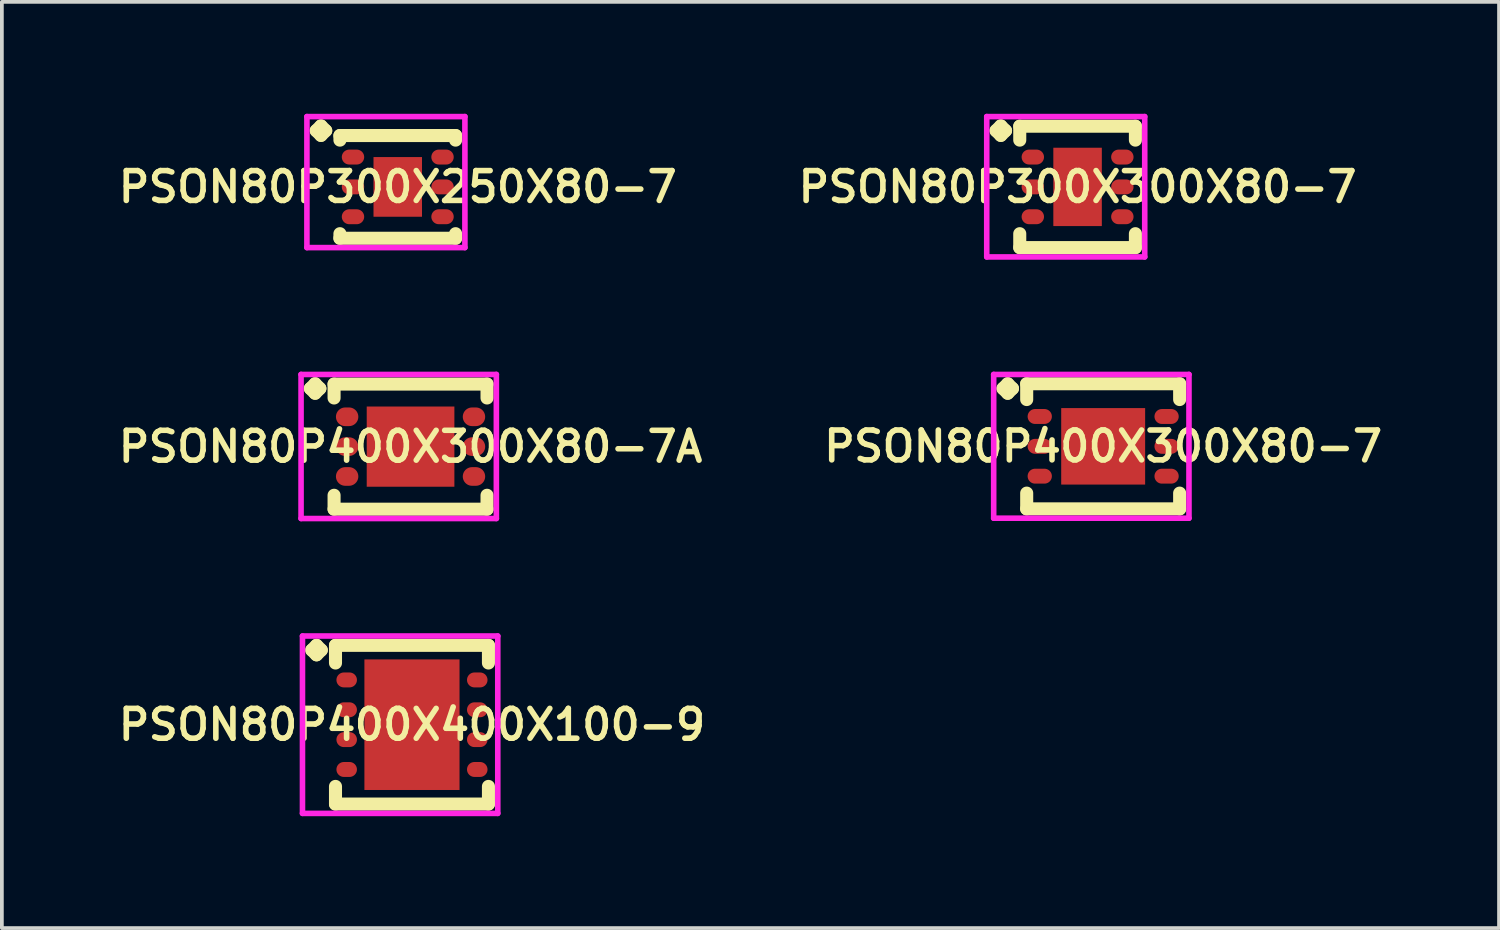
<source format=kicad_pcb>
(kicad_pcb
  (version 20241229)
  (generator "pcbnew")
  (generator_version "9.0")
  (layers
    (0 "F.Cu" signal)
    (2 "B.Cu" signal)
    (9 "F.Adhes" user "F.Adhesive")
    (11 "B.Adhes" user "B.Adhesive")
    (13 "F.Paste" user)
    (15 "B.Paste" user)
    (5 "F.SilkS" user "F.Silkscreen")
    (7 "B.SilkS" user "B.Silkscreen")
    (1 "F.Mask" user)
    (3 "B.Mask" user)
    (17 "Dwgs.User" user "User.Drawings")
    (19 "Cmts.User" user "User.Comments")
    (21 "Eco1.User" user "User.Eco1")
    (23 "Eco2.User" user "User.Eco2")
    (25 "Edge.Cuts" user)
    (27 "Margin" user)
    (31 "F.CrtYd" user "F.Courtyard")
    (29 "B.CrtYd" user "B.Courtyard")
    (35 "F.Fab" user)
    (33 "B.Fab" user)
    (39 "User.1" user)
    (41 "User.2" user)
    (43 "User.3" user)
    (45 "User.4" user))
  (footprint "PSON80P300X300X80-7"
    (layer "F.Cu")
    (at 25.835 1.96)
    (property "Reference" "PSON80P300X300X80-7" (at 0 0 0) (layer "F.SilkS") (effects (font (size 0.8 0.8) (thickness 0.15))))
    (attr smd)
    (fp_line (start -2.185 -1.508) (end -2.058 -1.635) (stroke (width 0.35) (type solid)) (layer "F.SilkS"))
    (fp_line (start -2.058 -1.635) (end -1.931 -1.508) (stroke (width 0.35) (type solid)) (layer "F.SilkS"))
    (fp_line (start -2.058 -1.381) (end -2.185 -1.508) (stroke (width 0.35) (type solid)) (layer "F.SilkS"))
    (fp_line (start -1.931 -1.508) (end -2.058 -1.381) (stroke (width 0.35) (type solid)) (layer "F.SilkS"))
    (fp_line (start -1.55 -1.627) (end 1.55 -1.627) (stroke (width 0.35) (type solid)) (layer "F.SilkS"))
    (fp_line (start -1.55 -1.254) (end -1.55 -1.627) (stroke (width 0.35) (type solid)) (layer "F.SilkS"))
    (fp_line (start -1.55 1.254) (end -1.55 1.627) (stroke (width 0.35) (type solid)) (layer "F.SilkS"))
    (fp_line (start -1.55 1.627) (end 1.55 1.627) (stroke (width 0.35) (type solid)) (layer "F.SilkS"))
    (fp_line (start 1.55 -1.627) (end 1.55 -1.254) (stroke (width 0.35) (type solid)) (layer "F.SilkS"))
    (fp_line (start 1.55 1.627) (end 1.55 1.254) (stroke (width 0.35) (type solid)) (layer "F.SilkS"))
    (fp_line (start -2.435 -1.885) (end 1.8 -1.885) (stroke (width 0.15) (type solid)) (layer "F.CrtYd"))
    (fp_line (start -2.435 1.877) (end -2.435 -1.885) (stroke (width 0.15) (type solid)) (layer "F.CrtYd"))
    (fp_line (start 1.8 -1.885) (end 1.8 1.877) (stroke (width 0.15) (type solid)) (layer "F.CrtYd"))
    (fp_line (start 1.8 1.877) (end -2.435 1.877) (stroke (width 0.15) (type solid)) (layer "F.CrtYd"))
    (pad "1" smd oval (at -1.2 -0.8) (size 0.6 0.4) (layers "F.Cu" "F.Mask" "F.Paste"))
    (pad "2" smd oval (at -1.2 0) (size 0.6 0.4) (layers "F.Cu" "F.Mask" "F.Paste"))
    (pad "3" smd oval (at -1.2 0.8) (size 0.6 0.4) (layers "F.Cu" "F.Mask" "F.Paste"))
    (pad "4" smd oval (at 1.2 0.8) (size 0.6 0.4) (layers "F.Cu" "F.Mask" "F.Paste"))
    (pad "5" smd oval (at 1.2 0) (size 0.6 0.4) (layers "F.Cu" "F.Mask" "F.Paste"))
    (pad "6" smd oval (at 1.2 -0.8) (size 0.6 0.4) (layers "F.Cu" "F.Mask" "F.Paste"))
    (pad "7" smd rect (at 0 0) (size 1.3 2.1) (layers "F.Cu" "F.Mask" "F.Paste")))
  (footprint "PSON80P400X300X80-7"
    (layer "F.Cu")
    (at 26.521 8.914)
    (property "Reference" "PSON80P400X300X80-7" (at 0 0 0) (layer "F.SilkS") (effects (font (size 0.8 0.8) (thickness 0.15))))
    (attr smd)
    (fp_line (start -2.685 -1.55) (end -2.558 -1.677) (stroke (width 0.35) (type solid)) (layer "F.SilkS"))
    (fp_line (start -2.558 -1.677) (end -2.431 -1.55) (stroke (width 0.35) (type solid)) (layer "F.SilkS"))
    (fp_line (start -2.558 -1.423) (end -2.685 -1.55) (stroke (width 0.35) (type solid)) (layer "F.SilkS"))
    (fp_line (start -2.431 -1.55) (end -2.558 -1.423) (stroke (width 0.35) (type solid)) (layer "F.SilkS"))
    (fp_line (start -2.05 -1.677) (end 2.05 -1.677) (stroke (width 0.35) (type solid)) (layer "F.SilkS"))
    (fp_line (start -2.05 -1.254) (end -2.05 -1.677) (stroke (width 0.35) (type solid)) (layer "F.SilkS"))
    (fp_line (start -2.05 1.254) (end -2.05 1.677) (stroke (width 0.35) (type solid)) (layer "F.SilkS"))
    (fp_line (start -2.05 1.677) (end 2.05 1.677) (stroke (width 0.35) (type solid)) (layer "F.SilkS"))
    (fp_line (start 2.05 -1.677) (end 2.05 -1.254) (stroke (width 0.35) (type solid)) (layer "F.SilkS"))
    (fp_line (start 2.05 1.677) (end 2.05 1.254) (stroke (width 0.35) (type solid)) (layer "F.SilkS"))
    (fp_line (start -2.935 -1.927) (end 2.3 -1.927) (stroke (width 0.15) (type solid)) (layer "F.CrtYd"))
    (fp_line (start -2.935 1.927) (end -2.935 -1.927) (stroke (width 0.15) (type solid)) (layer "F.CrtYd"))
    (fp_line (start 2.3 -1.927) (end 2.3 1.927) (stroke (width 0.15) (type solid)) (layer "F.CrtYd"))
    (fp_line (start 2.3 1.927) (end -2.935 1.927) (stroke (width 0.15) (type solid)) (layer "F.CrtYd"))
    (pad "1" smd oval (at -1.7 -0.8) (size 0.65 0.4) (layers "F.Cu" "F.Mask" "F.Paste"))
    (pad "2" smd oval (at -1.7 0) (size 0.65 0.4) (layers "F.Cu" "F.Mask" "F.Paste"))
    (pad "3" smd oval (at -1.7 0.8) (size 0.65 0.4) (layers "F.Cu" "F.Mask" "F.Paste"))
    (pad "4" smd oval (at 1.7 0.8) (size 0.65 0.4) (layers "F.Cu" "F.Mask" "F.Paste"))
    (pad "5" smd oval (at 1.7 0) (size 0.65 0.4) (layers "F.Cu" "F.Mask" "F.Paste"))
    (pad "6" smd oval (at 1.7 -0.8) (size 0.65 0.4) (layers "F.Cu" "F.Mask" "F.Paste"))
    (pad "7" smd rect (at 0 0) (size 2.25 2.05) (layers "F.Cu" "F.Mask" "F.Paste")))
  (footprint "PSON80P400X400X100-9"
    (layer "F.Cu")
    (at 7.993 16.376)
    (property "Reference" "PSON80P400X400X100-9" (at 0 0 0) (layer "F.SilkS") (effects (font (size 0.8 0.8) (thickness 0.15))))
    (attr smd)
    (fp_line (start -2.685 -2) (end -2.558 -2.127) (stroke (width 0.35) (type solid)) (layer "F.SilkS"))
    (fp_line (start -2.558 -2.127) (end -2.431 -2) (stroke (width 0.35) (type solid)) (layer "F.SilkS"))
    (fp_line (start -2.558 -1.873) (end -2.685 -2) (stroke (width 0.35) (type solid)) (layer "F.SilkS"))
    (fp_line (start -2.431 -2) (end -2.558 -1.873) (stroke (width 0.35) (type solid)) (layer "F.SilkS"))
    (fp_line (start -2.05 -2.127) (end 2.05 -2.127) (stroke (width 0.35) (type solid)) (layer "F.SilkS"))
    (fp_line (start -2.05 -1.654) (end -2.05 -2.127) (stroke (width 0.35) (type solid)) (layer "F.SilkS"))
    (fp_line (start -2.05 1.654) (end -2.05 2.127) (stroke (width 0.35) (type solid)) (layer "F.SilkS"))
    (fp_line (start -2.05 2.127) (end 2.05 2.127) (stroke (width 0.35) (type solid)) (layer "F.SilkS"))
    (fp_line (start 2.05 -2.127) (end 2.05 -1.654) (stroke (width 0.35) (type solid)) (layer "F.SilkS"))
    (fp_line (start 2.05 2.127) (end 2.05 1.654) (stroke (width 0.35) (type solid)) (layer "F.SilkS"))
    (fp_line (start -2.935 -2.377) (end 2.3 -2.377) (stroke (width 0.15) (type solid)) (layer "F.CrtYd"))
    (fp_line (start -2.935 2.377) (end -2.935 -2.377) (stroke (width 0.15) (type solid)) (layer "F.CrtYd"))
    (fp_line (start 2.3 -2.377) (end 2.3 2.377) (stroke (width 0.15) (type solid)) (layer "F.CrtYd"))
    (fp_line (start 2.3 2.377) (end -2.935 2.377) (stroke (width 0.15) (type solid)) (layer "F.CrtYd"))
    (pad "1" smd oval (at -1.75 -1.2) (size 0.55 0.4) (layers "F.Cu" "F.Mask" "F.Paste"))
    (pad "2" smd oval (at -1.75 -0.4) (size 0.55 0.4) (layers "F.Cu" "F.Mask" "F.Paste"))
    (pad "3" smd oval (at -1.75 0.4) (size 0.55 0.4) (layers "F.Cu" "F.Mask" "F.Paste"))
    (pad "4" smd oval (at -1.75 1.2) (size 0.55 0.4) (layers "F.Cu" "F.Mask" "F.Paste"))
    (pad "5" smd oval (at 1.75 1.2) (size 0.55 0.4) (layers "F.Cu" "F.Mask" "F.Paste"))
    (pad "6" smd oval (at 1.75 0.4) (size 0.55 0.4) (layers "F.Cu" "F.Mask" "F.Paste"))
    (pad "7" smd oval (at 1.75 -0.4) (size 0.55 0.4) (layers "F.Cu" "F.Mask" "F.Paste"))
    (pad "8" smd oval (at 1.75 -1.2) (size 0.55 0.4) (layers "F.Cu" "F.Mask" "F.Paste"))
    (pad "9" smd rect (at 0 0) (size 2.55 3.5) (layers "F.Cu" "F.Mask" "F.Paste")))
  (footprint "PSON80P300X250X80-7"
    (layer "F.Cu")
    (at 7.612 1.96)
    (property "Reference" "PSON80P300X250X80-7" (at 0 0 0) (layer "F.SilkS") (effects (font (size 0.8 0.8) (thickness 0.15))))
    (attr smd)
    (fp_line (start -2.185 -1.508) (end -2.058 -1.635) (stroke (width 0.35) (type solid)) (layer "F.SilkS"))
    (fp_line (start -2.058 -1.635) (end -1.931 -1.508) (stroke (width 0.35) (type solid)) (layer "F.SilkS"))
    (fp_line (start -2.058 -1.381) (end -2.185 -1.508) (stroke (width 0.35) (type solid)) (layer "F.SilkS"))
    (fp_line (start -1.931 -1.508) (end -2.058 -1.381) (stroke (width 0.35) (type solid)) (layer "F.SilkS"))
    (fp_line (start -1.55 -1.377) (end 1.55 -1.377) (stroke (width 0.35) (type solid)) (layer "F.SilkS"))
    (fp_line (start -1.55 -1.254) (end -1.55 -1.377) (stroke (width 0.35) (type solid)) (layer "F.SilkS"))
    (fp_line (start -1.55 1.254) (end -1.55 1.377) (stroke (width 0.35) (type solid)) (layer "F.SilkS"))
    (fp_line (start -1.55 1.377) (end 1.55 1.377) (stroke (width 0.35) (type solid)) (layer "F.SilkS"))
    (fp_line (start 1.55 -1.377) (end 1.55 -1.254) (stroke (width 0.35) (type solid)) (layer "F.SilkS"))
    (fp_line (start 1.55 1.377) (end 1.55 1.254) (stroke (width 0.35) (type solid)) (layer "F.SilkS"))
    (fp_line (start -2.435 -1.885) (end 1.8 -1.885) (stroke (width 0.15) (type solid)) (layer "F.CrtYd"))
    (fp_line (start -2.435 1.627) (end -2.435 -1.885) (stroke (width 0.15) (type solid)) (layer "F.CrtYd"))
    (fp_line (start 1.8 -1.885) (end 1.8 1.627) (stroke (width 0.15) (type solid)) (layer "F.CrtYd"))
    (fp_line (start 1.8 1.627) (end -2.435 1.627) (stroke (width 0.15) (type solid)) (layer "F.CrtYd"))
    (pad "1" smd oval (at -1.2 -0.8) (size 0.6 0.4) (layers "F.Cu" "F.Mask" "F.Paste"))
    (pad "2" smd oval (at -1.2 0) (size 0.6 0.4) (layers "F.Cu" "F.Mask" "F.Paste"))
    (pad "3" smd oval (at -1.2 0.8) (size 0.6 0.4) (layers "F.Cu" "F.Mask" "F.Paste"))
    (pad "4" smd oval (at 1.2 0.8) (size 0.6 0.4) (layers "F.Cu" "F.Mask" "F.Paste"))
    (pad "5" smd oval (at 1.2 0) (size 0.6 0.4) (layers "F.Cu" "F.Mask" "F.Paste"))
    (pad "6" smd oval (at 1.2 -0.8) (size 0.6 0.4) (layers "F.Cu" "F.Mask" "F.Paste"))
    (pad "7" smd rect (at 0 0) (size 1.3 1.6) (layers "F.Cu" "F.Mask" "F.Paste")))
  (footprint "PSON80P400X300X80-7A"
    (layer "F.Cu")
    (at 7.955 8.922)
    (property "Reference" "PSON80P400X300X80-7A" (at 0 0 0) (layer "F.SilkS") (effects (font (size 0.8 0.8) (thickness 0.15))))
    (attr smd)
    (fp_line (start -2.685 -1.558) (end -2.558 -1.685) (stroke (width 0.35) (type solid)) (layer "F.SilkS"))
    (fp_line (start -2.558 -1.685) (end -2.431 -1.558) (stroke (width 0.35) (type solid)) (layer "F.SilkS"))
    (fp_line (start -2.558 -1.431) (end -2.685 -1.558) (stroke (width 0.35) (type solid)) (layer "F.SilkS"))
    (fp_line (start -2.431 -1.558) (end -2.558 -1.431) (stroke (width 0.35) (type solid)) (layer "F.SilkS"))
    (fp_line (start -2.05 -1.677) (end 2.05 -1.677) (stroke (width 0.35) (type solid)) (layer "F.SilkS"))
    (fp_line (start -2.05 -1.304) (end -2.05 -1.677) (stroke (width 0.35) (type solid)) (layer "F.SilkS"))
    (fp_line (start -2.05 1.304) (end -2.05 1.677) (stroke (width 0.35) (type solid)) (layer "F.SilkS"))
    (fp_line (start -2.05 1.677) (end 2.05 1.677) (stroke (width 0.35) (type solid)) (layer "F.SilkS"))
    (fp_line (start 2.05 -1.677) (end 2.05 -1.304) (stroke (width 0.35) (type solid)) (layer "F.SilkS"))
    (fp_line (start 2.05 1.677) (end 2.05 1.304) (stroke (width 0.35) (type solid)) (layer "F.SilkS"))
    (fp_line (start -2.935 -1.935) (end 2.3 -1.935) (stroke (width 0.15) (type solid)) (layer "F.CrtYd"))
    (fp_line (start -2.935 1.927) (end -2.935 -1.935) (stroke (width 0.15) (type solid)) (layer "F.CrtYd"))
    (fp_line (start 2.3 -1.935) (end 2.3 1.927) (stroke (width 0.15) (type solid)) (layer "F.CrtYd"))
    (fp_line (start 2.3 1.927) (end -2.935 1.927) (stroke (width 0.15) (type solid)) (layer "F.CrtYd"))
    (pad "1" smd oval (at -1.7 -0.8) (size 0.6 0.5) (layers "F.Cu" "F.Mask" "F.Paste"))
    (pad "2" smd oval (at -1.7 0) (size 0.6 0.5) (layers "F.Cu" "F.Mask" "F.Paste"))
    (pad "3" smd oval (at -1.7 0.8) (size 0.6 0.5) (layers "F.Cu" "F.Mask" "F.Paste"))
    (pad "4" smd oval (at 1.7 0.8) (size 0.6 0.5) (layers "F.Cu" "F.Mask" "F.Paste"))
    (pad "5" smd oval (at 1.7 0) (size 0.6 0.5) (layers "F.Cu" "F.Mask" "F.Paste"))
    (pad "6" smd oval (at 1.7 -0.8) (size 0.6 0.5) (layers "F.Cu" "F.Mask" "F.Paste"))
    (pad "7" smd rect (at 0 0) (size 2.35 2.15) (layers "F.Cu" "F.Mask" "F.Paste")))
  (gr_rect
    (start -3 -3)
    (end 37.132 21.828)
    (stroke (width 0.1) (type default))
    (fill no)
    (layer "Edge.Cuts")))
</source>
